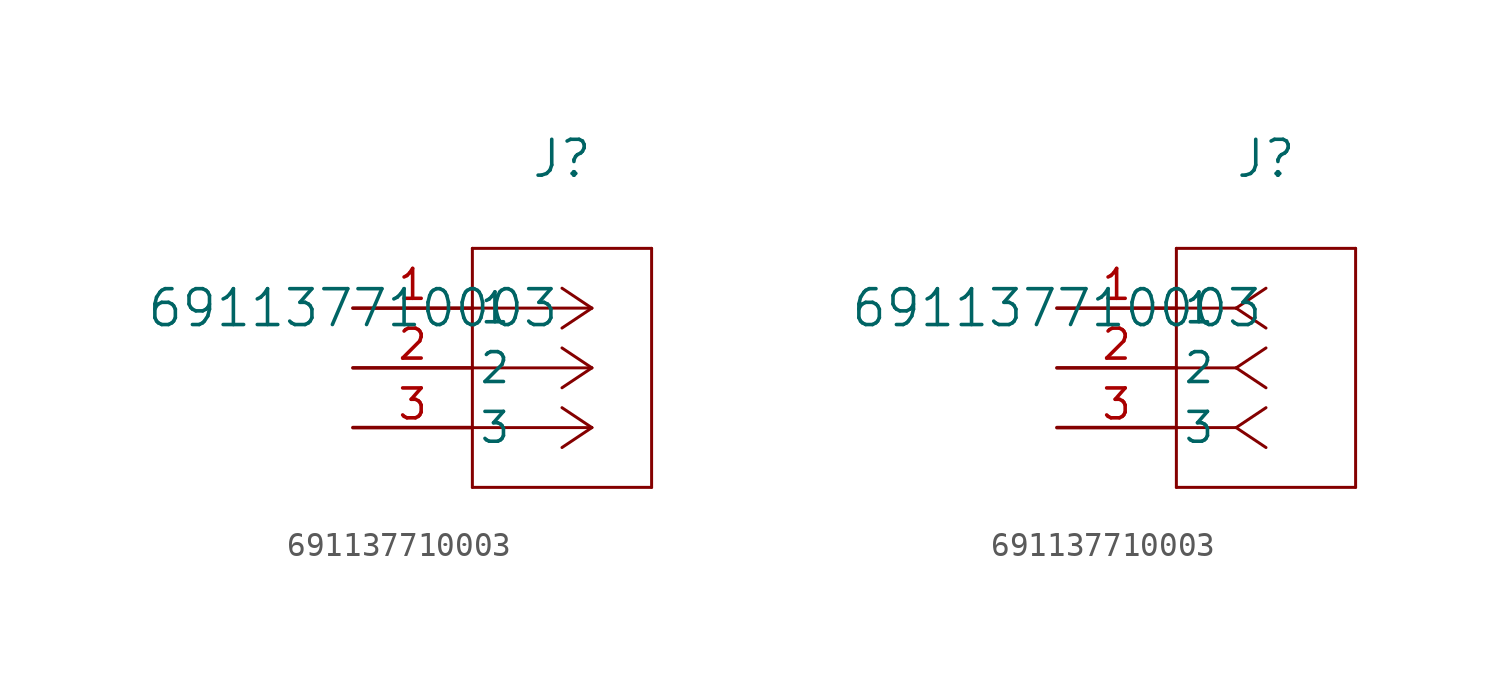
<source format=kicad_sym>
(kicad_symbol_lib
  (version 20211014)
  (generator kicad_symbol_editor)
  (symbol "691137710003"
    (pin_names
      (offset 0.254))
    (property "Reference" "J"
      (at 8.89 6.35 0)
      (effects (font (size 1.524 1.524))))
    (property "Value" "691137710003"
      (at 0 0 0)
      (effects (font (size 1.524 1.524))))
    (symbol "691137710003_1_1"
      (polyline (pts (xy 10.16 0) (xy 5.08 0)) (stroke (width 0.127) (type default) (color 0 0 0 0)) (fill (type none)))
      (polyline (pts (xy 10.16 -2.54) (xy 5.08 -2.54)) (stroke (width 0.127) (type default) (color 0 0 0 0)) (fill (type none)))
      (polyline (pts (xy 10.16 -5.08) (xy 5.08 -5.08)) (stroke (width 0.127) (type default) (color 0 0 0 0)) (fill (type none)))
      (polyline (pts (xy 10.16 0) (xy 8.89 0.847)) (stroke (width 0.127) (type default) (color 0 0 0 0)) (fill (type none)))
      (polyline (pts (xy 10.16 -2.54) (xy 8.89 -1.693)) (stroke (width 0.127) (type default) (color 0 0 0 0)) (fill (type none)))
      (polyline (pts (xy 10.16 -5.08) (xy 8.89 -4.233)) (stroke (width 0.127) (type default) (color 0 0 0 0)) (fill (type none)))
      (polyline (pts (xy 10.16 0) (xy 8.89 -0.847)) (stroke (width 0.127) (type default) (color 0 0 0 0)) (fill (type none)))
      (polyline (pts (xy 10.16 -2.54) (xy 8.89 -3.387)) (stroke (width 0.127) (type default) (color 0 0 0 0)) (fill (type none)))
      (polyline (pts (xy 10.16 -5.08) (xy 8.89 -5.927)) (stroke (width 0.127) (type default) (color 0 0 0 0)) (fill (type none)))
      (polyline (pts (xy 5.08 2.54) (xy 5.08 -7.62)) (stroke (width 0.127) (type default) (color 0 0 0 0)) (fill (type none)))
      (polyline (pts (xy 5.08 -7.62) (xy 12.7 -7.62)) (stroke (width 0.127) (type default) (color 0 0 0 0)) (fill (type none)))
      (polyline (pts (xy 12.7 -7.62) (xy 12.7 2.54)) (stroke (width 0.127) (type default) (color 0 0 0 0)) (fill (type none)))
      (polyline (pts (xy 12.7 2.54) (xy 5.08 2.54)) (stroke (width 0.127) (type default) (color 0 0 0 0)) (fill (type none)))
      (pin unspecified line (at 0 0 0) (length 5.08) (name "1" (effects (font (size 1.27 1.27)))) (number "1" (effects (font (size 1.27 1.27)))))
      (pin unspecified line (at 0 -2.54 0) (length 5.08) (name "2" (effects (font (size 1.27 1.27)))) (number "2" (effects (font (size 1.27 1.27)))))
      (pin unspecified line (at 0 -5.08 0) (length 5.08) (name "3" (effects (font (size 1.27 1.27)))) (number "3" (effects (font (size 1.27 1.27))))))
    (symbol "691137710003_1_2"
      (polyline (pts (xy 7.62 0) (xy 5.08 0)) (stroke (width 0.127) (type default) (color 0 0 0 0)) (fill (type none)))
      (polyline (pts (xy 7.62 -2.54) (xy 5.08 -2.54)) (stroke (width 0.127) (type default) (color 0 0 0 0)) (fill (type none)))
      (polyline (pts (xy 7.62 -5.08) (xy 5.08 -5.08)) (stroke (width 0.127) (type default) (color 0 0 0 0)) (fill (type none)))
      (polyline (pts (xy 7.62 0) (xy 8.89 0.847)) (stroke (width 0.127) (type default) (color 0 0 0 0)) (fill (type none)))
      (polyline (pts (xy 7.62 -2.54) (xy 8.89 -1.693)) (stroke (width 0.127) (type default) (color 0 0 0 0)) (fill (type none)))
      (polyline (pts (xy 7.62 -5.08) (xy 8.89 -4.233)) (stroke (width 0.127) (type default) (color 0 0 0 0)) (fill (type none)))
      (polyline (pts (xy 7.62 0) (xy 8.89 -0.847)) (stroke (width 0.127) (type default) (color 0 0 0 0)) (fill (type none)))
      (polyline (pts (xy 7.62 -2.54) (xy 8.89 -3.387)) (stroke (width 0.127) (type default) (color 0 0 0 0)) (fill (type none)))
      (polyline (pts (xy 7.62 -5.08) (xy 8.89 -5.927)) (stroke (width 0.127) (type default) (color 0 0 0 0)) (fill (type none)))
      (polyline (pts (xy 5.08 2.54) (xy 5.08 -7.62)) (stroke (width 0.127) (type default) (color 0 0 0 0)) (fill (type none)))
      (polyline (pts (xy 5.08 -7.62) (xy 12.7 -7.62)) (stroke (width 0.127) (type default) (color 0 0 0 0)) (fill (type none)))
      (polyline (pts (xy 12.7 -7.62) (xy 12.7 2.54)) (stroke (width 0.127) (type default) (color 0 0 0 0)) (fill (type none)))
      (polyline (pts (xy 12.7 2.54) (xy 5.08 2.54)) (stroke (width 0.127) (type default) (color 0 0 0 0)) (fill (type none)))
      (pin unspecified line (at 0 0 0) (length 5.08) (name "1" (effects (font (size 1.27 1.27)))) (number "1" (effects (font (size 1.27 1.27)))))
      (pin unspecified line (at 0 -2.54 0) (length 5.08) (name "2" (effects (font (size 1.27 1.27)))) (number "2" (effects (font (size 1.27 1.27)))))
      (pin unspecified line (at 0 -5.08 0) (length 5.08) (name "3" (effects (font (size 1.27 1.27)))) (number "3" (effects (font (size 1.27 1.27))))))))
</source>
